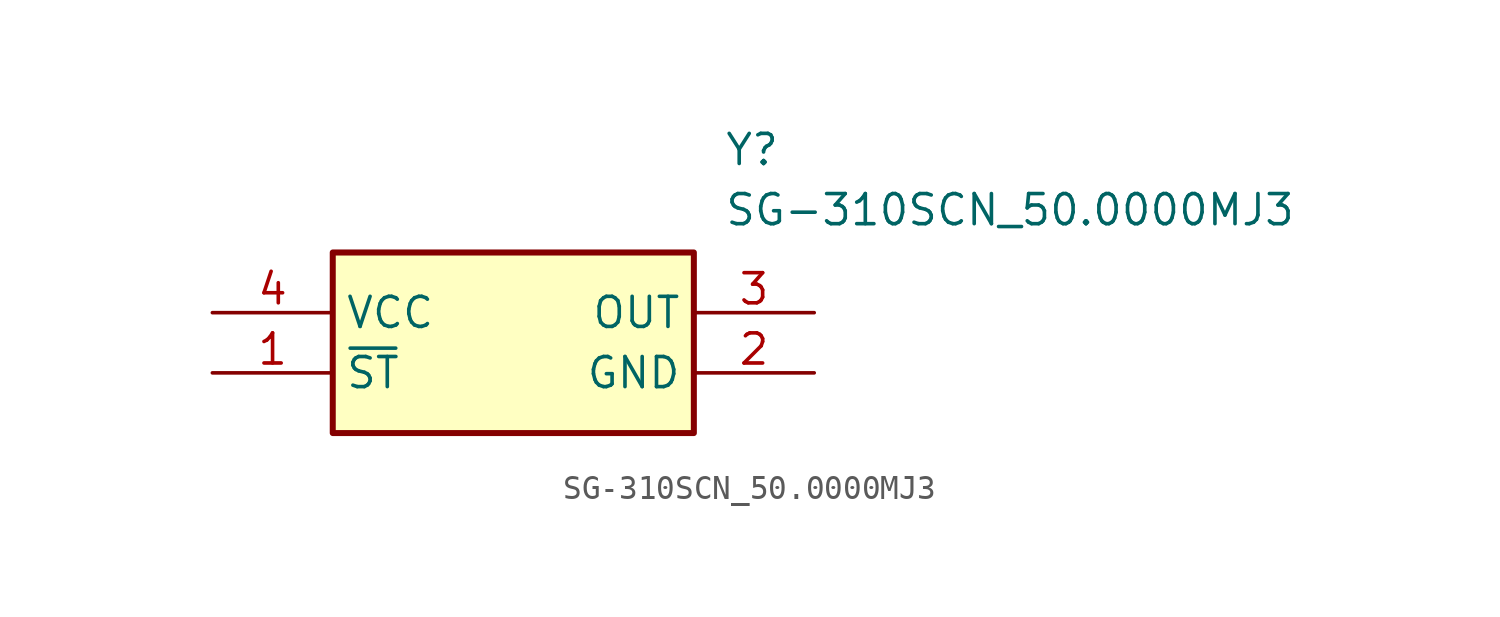
<source format=kicad_sym>
(kicad_symbol_lib
  (version 20211014)
  (generator SamacSys_ECAD_Model)
  (symbol "SG-310SCN_50.0000MJ3"
    (property "Reference" "Y"
      (at 21.59 7.62 0)
      (effects (font (size 1.27 1.27)) (justify left top)))
    (property "Value" "SG-310SCN_50.0000MJ3"
      (at 21.59 5.08 0)
      (effects (font (size 1.27 1.27)) (justify left top)))
    (rectangle
      (start 5.08 2.54)
      (end 20.32 -5.08)
      (stroke (width 0.254) (type default))
      (fill (type background)))
    (pin passive line
      (at 0 -2.54 0)
      (length 5.08)
      (name "~{ST}" (effects (font (size 1.27 1.27))))
      (number "1" (effects (font (size 1.27 1.27)))))
    (pin passive line
      (at 25.4 -2.54 180)
      (length 5.08)
      (name "GND" (effects (font (size 1.27 1.27))))
      (number "2" (effects (font (size 1.27 1.27)))))
    (pin passive line
      (at 25.4 0 180)
      (length 5.08)
      (name "OUT" (effects (font (size 1.27 1.27))))
      (number "3" (effects (font (size 1.27 1.27)))))
    (pin passive line
      (at 0 0 0)
      (length 5.08)
      (name "VCC" (effects (font (size 1.27 1.27))))
      (number "4" (effects (font (size 1.27 1.27)))))))
</source>
